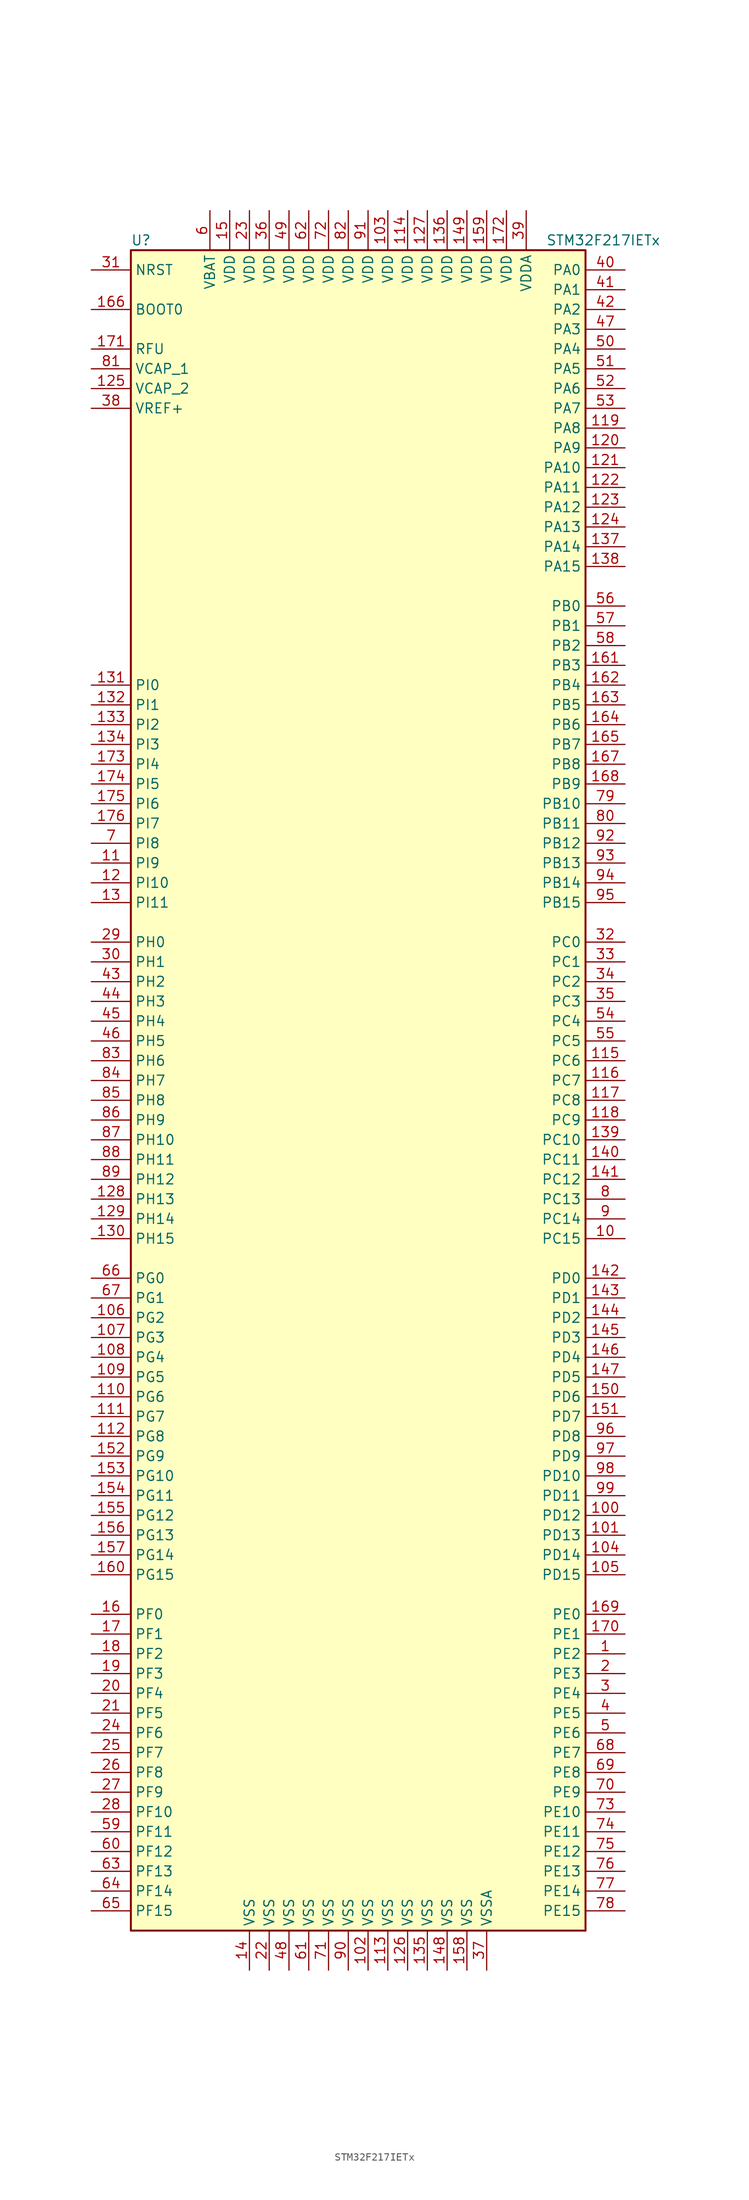
<source format=kicad_sym>
(kicad_symbol_lib
  (version 20211014)
  (generator kicad_symbol_editor)
  (symbol "STM32F217IETx"
    (property "Reference" "U"
      (at -30.48 107.95 0)
      (effects (font (size 1.27 1.27)) (justify left)))
    (property "Value" "STM32F217IETx"
      (at 22.86 107.95 0)
      (effects (font (size 1.27 1.27)) (justify left)))
    (symbol "STM32F217IETx_0_1"
      (rectangle (start -30.48 -109.22) (end 27.94 106.68) (stroke (width 0.254) (type default) (color 0 0 0 0)) (fill (type background))))
    (symbol "STM32F217IETx_1_1"
      (pin bidirectional line (at 33.02 -73.66 180) (length 5.08) (name "PE2" (effects (font (size 1.27 1.27)))) (number "1" (effects (font (size 1.27 1.27)))))
      (pin bidirectional line (at 33.02 -20.32 180) (length 5.08) (name "PC15" (effects (font (size 1.27 1.27)))) (number "10" (effects (font (size 1.27 1.27)))))
      (pin bidirectional line (at 33.02 -55.88 180) (length 5.08) (name "PD12" (effects (font (size 1.27 1.27)))) (number "100" (effects (font (size 1.27 1.27)))))
      (pin bidirectional line (at 33.02 -58.42 180) (length 5.08) (name "PD13" (effects (font (size 1.27 1.27)))) (number "101" (effects (font (size 1.27 1.27)))))
      (pin power_in line (at 0 -114.3 90) (length 5.08) (name "VSS" (effects (font (size 1.27 1.27)))) (number "102" (effects (font (size 1.27 1.27)))))
      (pin power_in line (at 2.54 111.76 270) (length 5.08) (name "VDD" (effects (font (size 1.27 1.27)))) (number "103" (effects (font (size 1.27 1.27)))))
      (pin bidirectional line (at 33.02 -60.96 180) (length 5.08) (name "PD14" (effects (font (size 1.27 1.27)))) (number "104" (effects (font (size 1.27 1.27)))))
      (pin bidirectional line (at 33.02 -63.5 180) (length 5.08) (name "PD15" (effects (font (size 1.27 1.27)))) (number "105" (effects (font (size 1.27 1.27)))))
      (pin bidirectional line (at -35.56 -30.48 0) (length 5.08) (name "PG2" (effects (font (size 1.27 1.27)))) (number "106" (effects (font (size 1.27 1.27)))))
      (pin bidirectional line (at -35.56 -33.02 0) (length 5.08) (name "PG3" (effects (font (size 1.27 1.27)))) (number "107" (effects (font (size 1.27 1.27)))))
      (pin bidirectional line (at -35.56 -35.56 0) (length 5.08) (name "PG4" (effects (font (size 1.27 1.27)))) (number "108" (effects (font (size 1.27 1.27)))))
      (pin bidirectional line (at -35.56 -38.1 0) (length 5.08) (name "PG5" (effects (font (size 1.27 1.27)))) (number "109" (effects (font (size 1.27 1.27)))))
      (pin bidirectional line (at -35.56 27.94 0) (length 5.08) (name "PI9" (effects (font (size 1.27 1.27)))) (number "11" (effects (font (size 1.27 1.27)))))
      (pin bidirectional line (at -35.56 -40.64 0) (length 5.08) (name "PG6" (effects (font (size 1.27 1.27)))) (number "110" (effects (font (size 1.27 1.27)))))
      (pin bidirectional line (at -35.56 -43.18 0) (length 5.08) (name "PG7" (effects (font (size 1.27 1.27)))) (number "111" (effects (font (size 1.27 1.27)))))
      (pin bidirectional line (at -35.56 -45.72 0) (length 5.08) (name "PG8" (effects (font (size 1.27 1.27)))) (number "112" (effects (font (size 1.27 1.27)))))
      (pin power_in line (at 2.54 -114.3 90) (length 5.08) (name "VSS" (effects (font (size 1.27 1.27)))) (number "113" (effects (font (size 1.27 1.27)))))
      (pin power_in line (at 5.08 111.76 270) (length 5.08) (name "VDD" (effects (font (size 1.27 1.27)))) (number "114" (effects (font (size 1.27 1.27)))))
      (pin bidirectional line (at 33.02 2.54 180) (length 5.08) (name "PC6" (effects (font (size 1.27 1.27)))) (number "115" (effects (font (size 1.27 1.27)))))
      (pin bidirectional line (at 33.02 0 180) (length 5.08) (name "PC7" (effects (font (size 1.27 1.27)))) (number "116" (effects (font (size 1.27 1.27)))))
      (pin bidirectional line (at 33.02 -2.54 180) (length 5.08) (name "PC8" (effects (font (size 1.27 1.27)))) (number "117" (effects (font (size 1.27 1.27)))))
      (pin bidirectional line (at 33.02 -5.08 180) (length 5.08) (name "PC9" (effects (font (size 1.27 1.27)))) (number "118" (effects (font (size 1.27 1.27)))))
      (pin bidirectional line (at 33.02 83.82 180) (length 5.08) (name "PA8" (effects (font (size 1.27 1.27)))) (number "119" (effects (font (size 1.27 1.27)))))
      (pin bidirectional line (at -35.56 25.4 0) (length 5.08) (name "PI10" (effects (font (size 1.27 1.27)))) (number "12" (effects (font (size 1.27 1.27)))))
      (pin bidirectional line (at 33.02 81.28 180) (length 5.08) (name "PA9" (effects (font (size 1.27 1.27)))) (number "120" (effects (font (size 1.27 1.27)))))
      (pin bidirectional line (at 33.02 78.74 180) (length 5.08) (name "PA10" (effects (font (size 1.27 1.27)))) (number "121" (effects (font (size 1.27 1.27)))))
      (pin bidirectional line (at 33.02 76.2 180) (length 5.08) (name "PA11" (effects (font (size 1.27 1.27)))) (number "122" (effects (font (size 1.27 1.27)))))
      (pin bidirectional line (at 33.02 73.66 180) (length 5.08) (name "PA12" (effects (font (size 1.27 1.27)))) (number "123" (effects (font (size 1.27 1.27)))))
      (pin bidirectional line (at 33.02 71.12 180) (length 5.08) (name "PA13" (effects (font (size 1.27 1.27)))) (number "124" (effects (font (size 1.27 1.27)))))
      (pin power_in line (at -35.56 88.9 0) (length 5.08) (name "VCAP_2" (effects (font (size 1.27 1.27)))) (number "125" (effects (font (size 1.27 1.27)))))
      (pin power_in line (at 5.08 -114.3 90) (length 5.08) (name "VSS" (effects (font (size 1.27 1.27)))) (number "126" (effects (font (size 1.27 1.27)))))
      (pin power_in line (at 7.62 111.76 270) (length 5.08) (name "VDD" (effects (font (size 1.27 1.27)))) (number "127" (effects (font (size 1.27 1.27)))))
      (pin bidirectional line (at -35.56 -15.24 0) (length 5.08) (name "PH13" (effects (font (size 1.27 1.27)))) (number "128" (effects (font (size 1.27 1.27)))))
      (pin bidirectional line (at -35.56 -17.78 0) (length 5.08) (name "PH14" (effects (font (size 1.27 1.27)))) (number "129" (effects (font (size 1.27 1.27)))))
      (pin bidirectional line (at -35.56 22.86 0) (length 5.08) (name "PI11" (effects (font (size 1.27 1.27)))) (number "13" (effects (font (size 1.27 1.27)))))
      (pin bidirectional line (at -35.56 -20.32 0) (length 5.08) (name "PH15" (effects (font (size 1.27 1.27)))) (number "130" (effects (font (size 1.27 1.27)))))
      (pin bidirectional line (at -35.56 50.8 0) (length 5.08) (name "PI0" (effects (font (size 1.27 1.27)))) (number "131" (effects (font (size 1.27 1.27)))))
      (pin bidirectional line (at -35.56 48.26 0) (length 5.08) (name "PI1" (effects (font (size 1.27 1.27)))) (number "132" (effects (font (size 1.27 1.27)))))
      (pin bidirectional line (at -35.56 45.72 0) (length 5.08) (name "PI2" (effects (font (size 1.27 1.27)))) (number "133" (effects (font (size 1.27 1.27)))))
      (pin bidirectional line (at -35.56 43.18 0) (length 5.08) (name "PI3" (effects (font (size 1.27 1.27)))) (number "134" (effects (font (size 1.27 1.27)))))
      (pin power_in line (at 7.62 -114.3 90) (length 5.08) (name "VSS" (effects (font (size 1.27 1.27)))) (number "135" (effects (font (size 1.27 1.27)))))
      (pin power_in line (at 10.16 111.76 270) (length 5.08) (name "VDD" (effects (font (size 1.27 1.27)))) (number "136" (effects (font (size 1.27 1.27)))))
      (pin bidirectional line (at 33.02 68.58 180) (length 5.08) (name "PA14" (effects (font (size 1.27 1.27)))) (number "137" (effects (font (size 1.27 1.27)))))
      (pin bidirectional line (at 33.02 66.04 180) (length 5.08) (name "PA15" (effects (font (size 1.27 1.27)))) (number "138" (effects (font (size 1.27 1.27)))))
      (pin bidirectional line (at 33.02 -7.62 180) (length 5.08) (name "PC10" (effects (font (size 1.27 1.27)))) (number "139" (effects (font (size 1.27 1.27)))))
      (pin power_in line (at -15.24 -114.3 90) (length 5.08) (name "VSS" (effects (font (size 1.27 1.27)))) (number "14" (effects (font (size 1.27 1.27)))))
      (pin bidirectional line (at 33.02 -10.16 180) (length 5.08) (name "PC11" (effects (font (size 1.27 1.27)))) (number "140" (effects (font (size 1.27 1.27)))))
      (pin bidirectional line (at 33.02 -12.7 180) (length 5.08) (name "PC12" (effects (font (size 1.27 1.27)))) (number "141" (effects (font (size 1.27 1.27)))))
      (pin bidirectional line (at 33.02 -25.4 180) (length 5.08) (name "PD0" (effects (font (size 1.27 1.27)))) (number "142" (effects (font (size 1.27 1.27)))))
      (pin bidirectional line (at 33.02 -27.94 180) (length 5.08) (name "PD1" (effects (font (size 1.27 1.27)))) (number "143" (effects (font (size 1.27 1.27)))))
      (pin bidirectional line (at 33.02 -30.48 180) (length 5.08) (name "PD2" (effects (font (size 1.27 1.27)))) (number "144" (effects (font (size 1.27 1.27)))))
      (pin bidirectional line (at 33.02 -33.02 180) (length 5.08) (name "PD3" (effects (font (size 1.27 1.27)))) (number "145" (effects (font (size 1.27 1.27)))))
      (pin bidirectional line (at 33.02 -35.56 180) (length 5.08) (name "PD4" (effects (font (size 1.27 1.27)))) (number "146" (effects (font (size 1.27 1.27)))))
      (pin bidirectional line (at 33.02 -38.1 180) (length 5.08) (name "PD5" (effects (font (size 1.27 1.27)))) (number "147" (effects (font (size 1.27 1.27)))))
      (pin power_in line (at 10.16 -114.3 90) (length 5.08) (name "VSS" (effects (font (size 1.27 1.27)))) (number "148" (effects (font (size 1.27 1.27)))))
      (pin power_in line (at 12.7 111.76 270) (length 5.08) (name "VDD" (effects (font (size 1.27 1.27)))) (number "149" (effects (font (size 1.27 1.27)))))
      (pin power_in line (at -17.78 111.76 270) (length 5.08) (name "VDD" (effects (font (size 1.27 1.27)))) (number "15" (effects (font (size 1.27 1.27)))))
      (pin bidirectional line (at 33.02 -40.64 180) (length 5.08) (name "PD6" (effects (font (size 1.27 1.27)))) (number "150" (effects (font (size 1.27 1.27)))))
      (pin bidirectional line (at 33.02 -43.18 180) (length 5.08) (name "PD7" (effects (font (size 1.27 1.27)))) (number "151" (effects (font (size 1.27 1.27)))))
      (pin bidirectional line (at -35.56 -48.26 0) (length 5.08) (name "PG9" (effects (font (size 1.27 1.27)))) (number "152" (effects (font (size 1.27 1.27)))))
      (pin bidirectional line (at -35.56 -50.8 0) (length 5.08) (name "PG10" (effects (font (size 1.27 1.27)))) (number "153" (effects (font (size 1.27 1.27)))))
      (pin bidirectional line (at -35.56 -53.34 0) (length 5.08) (name "PG11" (effects (font (size 1.27 1.27)))) (number "154" (effects (font (size 1.27 1.27)))))
      (pin bidirectional line (at -35.56 -55.88 0) (length 5.08) (name "PG12" (effects (font (size 1.27 1.27)))) (number "155" (effects (font (size 1.27 1.27)))))
      (pin bidirectional line (at -35.56 -58.42 0) (length 5.08) (name "PG13" (effects (font (size 1.27 1.27)))) (number "156" (effects (font (size 1.27 1.27)))))
      (pin bidirectional line (at -35.56 -60.96 0) (length 5.08) (name "PG14" (effects (font (size 1.27 1.27)))) (number "157" (effects (font (size 1.27 1.27)))))
      (pin power_in line (at 12.7 -114.3 90) (length 5.08) (name "VSS" (effects (font (size 1.27 1.27)))) (number "158" (effects (font (size 1.27 1.27)))))
      (pin power_in line (at 15.24 111.76 270) (length 5.08) (name "VDD" (effects (font (size 1.27 1.27)))) (number "159" (effects (font (size 1.27 1.27)))))
      (pin bidirectional line (at -35.56 -68.58 0) (length 5.08) (name "PF0" (effects (font (size 1.27 1.27)))) (number "16" (effects (font (size 1.27 1.27)))))
      (pin bidirectional line (at -35.56 -63.5 0) (length 5.08) (name "PG15" (effects (font (size 1.27 1.27)))) (number "160" (effects (font (size 1.27 1.27)))))
      (pin bidirectional line (at 33.02 53.34 180) (length 5.08) (name "PB3" (effects (font (size 1.27 1.27)))) (number "161" (effects (font (size 1.27 1.27)))))
      (pin bidirectional line (at 33.02 50.8 180) (length 5.08) (name "PB4" (effects (font (size 1.27 1.27)))) (number "162" (effects (font (size 1.27 1.27)))))
      (pin bidirectional line (at 33.02 48.26 180) (length 5.08) (name "PB5" (effects (font (size 1.27 1.27)))) (number "163" (effects (font (size 1.27 1.27)))))
      (pin bidirectional line (at 33.02 45.72 180) (length 5.08) (name "PB6" (effects (font (size 1.27 1.27)))) (number "164" (effects (font (size 1.27 1.27)))))
      (pin bidirectional line (at 33.02 43.18 180) (length 5.08) (name "PB7" (effects (font (size 1.27 1.27)))) (number "165" (effects (font (size 1.27 1.27)))))
      (pin input line (at -35.56 99.06 0) (length 5.08) (name "BOOT0" (effects (font (size 1.27 1.27)))) (number "166" (effects (font (size 1.27 1.27)))))
      (pin bidirectional line (at 33.02 40.64 180) (length 5.08) (name "PB8" (effects (font (size 1.27 1.27)))) (number "167" (effects (font (size 1.27 1.27)))))
      (pin bidirectional line (at 33.02 38.1 180) (length 5.08) (name "PB9" (effects (font (size 1.27 1.27)))) (number "168" (effects (font (size 1.27 1.27)))))
      (pin bidirectional line (at 33.02 -68.58 180) (length 5.08) (name "PE0" (effects (font (size 1.27 1.27)))) (number "169" (effects (font (size 1.27 1.27)))))
      (pin bidirectional line (at -35.56 -71.12 0) (length 5.08) (name "PF1" (effects (font (size 1.27 1.27)))) (number "17" (effects (font (size 1.27 1.27)))))
      (pin bidirectional line (at 33.02 -71.12 180) (length 5.08) (name "PE1" (effects (font (size 1.27 1.27)))) (number "170" (effects (font (size 1.27 1.27)))))
      (pin power_in line (at -35.56 93.98 0) (length 5.08) (name "RFU" (effects (font (size 1.27 1.27)))) (number "171" (effects (font (size 1.27 1.27)))))
      (pin power_in line (at 17.78 111.76 270) (length 5.08) (name "VDD" (effects (font (size 1.27 1.27)))) (number "172" (effects (font (size 1.27 1.27)))))
      (pin bidirectional line (at -35.56 40.64 0) (length 5.08) (name "PI4" (effects (font (size 1.27 1.27)))) (number "173" (effects (font (size 1.27 1.27)))))
      (pin bidirectional line (at -35.56 38.1 0) (length 5.08) (name "PI5" (effects (font (size 1.27 1.27)))) (number "174" (effects (font (size 1.27 1.27)))))
      (pin bidirectional line (at -35.56 35.56 0) (length 5.08) (name "PI6" (effects (font (size 1.27 1.27)))) (number "175" (effects (font (size 1.27 1.27)))))
      (pin bidirectional line (at -35.56 33.02 0) (length 5.08) (name "PI7" (effects (font (size 1.27 1.27)))) (number "176" (effects (font (size 1.27 1.27)))))
      (pin bidirectional line (at -35.56 -73.66 0) (length 5.08) (name "PF2" (effects (font (size 1.27 1.27)))) (number "18" (effects (font (size 1.27 1.27)))))
      (pin bidirectional line (at -35.56 -76.2 0) (length 5.08) (name "PF3" (effects (font (size 1.27 1.27)))) (number "19" (effects (font (size 1.27 1.27)))))
      (pin bidirectional line (at 33.02 -76.2 180) (length 5.08) (name "PE3" (effects (font (size 1.27 1.27)))) (number "2" (effects (font (size 1.27 1.27)))))
      (pin bidirectional line (at -35.56 -78.74 0) (length 5.08) (name "PF4" (effects (font (size 1.27 1.27)))) (number "20" (effects (font (size 1.27 1.27)))))
      (pin bidirectional line (at -35.56 -81.28 0) (length 5.08) (name "PF5" (effects (font (size 1.27 1.27)))) (number "21" (effects (font (size 1.27 1.27)))))
      (pin power_in line (at -12.7 -114.3 90) (length 5.08) (name "VSS" (effects (font (size 1.27 1.27)))) (number "22" (effects (font (size 1.27 1.27)))))
      (pin power_in line (at -15.24 111.76 270) (length 5.08) (name "VDD" (effects (font (size 1.27 1.27)))) (number "23" (effects (font (size 1.27 1.27)))))
      (pin bidirectional line (at -35.56 -83.82 0) (length 5.08) (name "PF6" (effects (font (size 1.27 1.27)))) (number "24" (effects (font (size 1.27 1.27)))))
      (pin bidirectional line (at -35.56 -86.36 0) (length 5.08) (name "PF7" (effects (font (size 1.27 1.27)))) (number "25" (effects (font (size 1.27 1.27)))))
      (pin bidirectional line (at -35.56 -88.9 0) (length 5.08) (name "PF8" (effects (font (size 1.27 1.27)))) (number "26" (effects (font (size 1.27 1.27)))))
      (pin bidirectional line (at -35.56 -91.44 0) (length 5.08) (name "PF9" (effects (font (size 1.27 1.27)))) (number "27" (effects (font (size 1.27 1.27)))))
      (pin bidirectional line (at -35.56 -93.98 0) (length 5.08) (name "PF10" (effects (font (size 1.27 1.27)))) (number "28" (effects (font (size 1.27 1.27)))))
      (pin input line (at -35.56 17.78 0) (length 5.08) (name "PH0" (effects (font (size 1.27 1.27)))) (number "29" (effects (font (size 1.27 1.27)))))
      (pin bidirectional line (at 33.02 -78.74 180) (length 5.08) (name "PE4" (effects (font (size 1.27 1.27)))) (number "3" (effects (font (size 1.27 1.27)))))
      (pin input line (at -35.56 15.24 0) (length 5.08) (name "PH1" (effects (font (size 1.27 1.27)))) (number "30" (effects (font (size 1.27 1.27)))))
      (pin input line (at -35.56 104.14 0) (length 5.08) (name "NRST" (effects (font (size 1.27 1.27)))) (number "31" (effects (font (size 1.27 1.27)))))
      (pin bidirectional line (at 33.02 17.78 180) (length 5.08) (name "PC0" (effects (font (size 1.27 1.27)))) (number "32" (effects (font (size 1.27 1.27)))))
      (pin bidirectional line (at 33.02 15.24 180) (length 5.08) (name "PC1" (effects (font (size 1.27 1.27)))) (number "33" (effects (font (size 1.27 1.27)))))
      (pin bidirectional line (at 33.02 12.7 180) (length 5.08) (name "PC2" (effects (font (size 1.27 1.27)))) (number "34" (effects (font (size 1.27 1.27)))))
      (pin bidirectional line (at 33.02 10.16 180) (length 5.08) (name "PC3" (effects (font (size 1.27 1.27)))) (number "35" (effects (font (size 1.27 1.27)))))
      (pin power_in line (at -12.7 111.76 270) (length 5.08) (name "VDD" (effects (font (size 1.27 1.27)))) (number "36" (effects (font (size 1.27 1.27)))))
      (pin power_in line (at 15.24 -114.3 90) (length 5.08) (name "VSSA" (effects (font (size 1.27 1.27)))) (number "37" (effects (font (size 1.27 1.27)))))
      (pin power_in line (at -35.56 86.36 0) (length 5.08) (name "VREF+" (effects (font (size 1.27 1.27)))) (number "38" (effects (font (size 1.27 1.27)))))
      (pin power_in line (at 20.32 111.76 270) (length 5.08) (name "VDDA" (effects (font (size 1.27 1.27)))) (number "39" (effects (font (size 1.27 1.27)))))
      (pin bidirectional line (at 33.02 -81.28 180) (length 5.08) (name "PE5" (effects (font (size 1.27 1.27)))) (number "4" (effects (font (size 1.27 1.27)))))
      (pin bidirectional line (at 33.02 104.14 180) (length 5.08) (name "PA0" (effects (font (size 1.27 1.27)))) (number "40" (effects (font (size 1.27 1.27)))))
      (pin bidirectional line (at 33.02 101.6 180) (length 5.08) (name "PA1" (effects (font (size 1.27 1.27)))) (number "41" (effects (font (size 1.27 1.27)))))
      (pin bidirectional line (at 33.02 99.06 180) (length 5.08) (name "PA2" (effects (font (size 1.27 1.27)))) (number "42" (effects (font (size 1.27 1.27)))))
      (pin bidirectional line (at -35.56 12.7 0) (length 5.08) (name "PH2" (effects (font (size 1.27 1.27)))) (number "43" (effects (font (size 1.27 1.27)))))
      (pin bidirectional line (at -35.56 10.16 0) (length 5.08) (name "PH3" (effects (font (size 1.27 1.27)))) (number "44" (effects (font (size 1.27 1.27)))))
      (pin bidirectional line (at -35.56 7.62 0) (length 5.08) (name "PH4" (effects (font (size 1.27 1.27)))) (number "45" (effects (font (size 1.27 1.27)))))
      (pin bidirectional line (at -35.56 5.08 0) (length 5.08) (name "PH5" (effects (font (size 1.27 1.27)))) (number "46" (effects (font (size 1.27 1.27)))))
      (pin bidirectional line (at 33.02 96.52 180) (length 5.08) (name "PA3" (effects (font (size 1.27 1.27)))) (number "47" (effects (font (size 1.27 1.27)))))
      (pin power_in line (at -10.16 -114.3 90) (length 5.08) (name "VSS" (effects (font (size 1.27 1.27)))) (number "48" (effects (font (size 1.27 1.27)))))
      (pin power_in line (at -10.16 111.76 270) (length 5.08) (name "VDD" (effects (font (size 1.27 1.27)))) (number "49" (effects (font (size 1.27 1.27)))))
      (pin bidirectional line (at 33.02 -83.82 180) (length 5.08) (name "PE6" (effects (font (size 1.27 1.27)))) (number "5" (effects (font (size 1.27 1.27)))))
      (pin bidirectional line (at 33.02 93.98 180) (length 5.08) (name "PA4" (effects (font (size 1.27 1.27)))) (number "50" (effects (font (size 1.27 1.27)))))
      (pin bidirectional line (at 33.02 91.44 180) (length 5.08) (name "PA5" (effects (font (size 1.27 1.27)))) (number "51" (effects (font (size 1.27 1.27)))))
      (pin bidirectional line (at 33.02 88.9 180) (length 5.08) (name "PA6" (effects (font (size 1.27 1.27)))) (number "52" (effects (font (size 1.27 1.27)))))
      (pin bidirectional line (at 33.02 86.36 180) (length 5.08) (name "PA7" (effects (font (size 1.27 1.27)))) (number "53" (effects (font (size 1.27 1.27)))))
      (pin bidirectional line (at 33.02 7.62 180) (length 5.08) (name "PC4" (effects (font (size 1.27 1.27)))) (number "54" (effects (font (size 1.27 1.27)))))
      (pin bidirectional line (at 33.02 5.08 180) (length 5.08) (name "PC5" (effects (font (size 1.27 1.27)))) (number "55" (effects (font (size 1.27 1.27)))))
      (pin bidirectional line (at 33.02 60.96 180) (length 5.08) (name "PB0" (effects (font (size 1.27 1.27)))) (number "56" (effects (font (size 1.27 1.27)))))
      (pin bidirectional line (at 33.02 58.42 180) (length 5.08) (name "PB1" (effects (font (size 1.27 1.27)))) (number "57" (effects (font (size 1.27 1.27)))))
      (pin bidirectional line (at 33.02 55.88 180) (length 5.08) (name "PB2" (effects (font (size 1.27 1.27)))) (number "58" (effects (font (size 1.27 1.27)))))
      (pin bidirectional line (at -35.56 -96.52 0) (length 5.08) (name "PF11" (effects (font (size 1.27 1.27)))) (number "59" (effects (font (size 1.27 1.27)))))
      (pin power_in line (at -20.32 111.76 270) (length 5.08) (name "VBAT" (effects (font (size 1.27 1.27)))) (number "6" (effects (font (size 1.27 1.27)))))
      (pin bidirectional line (at -35.56 -99.06 0) (length 5.08) (name "PF12" (effects (font (size 1.27 1.27)))) (number "60" (effects (font (size 1.27 1.27)))))
      (pin power_in line (at -7.62 -114.3 90) (length 5.08) (name "VSS" (effects (font (size 1.27 1.27)))) (number "61" (effects (font (size 1.27 1.27)))))
      (pin power_in line (at -7.62 111.76 270) (length 5.08) (name "VDD" (effects (font (size 1.27 1.27)))) (number "62" (effects (font (size 1.27 1.27)))))
      (pin bidirectional line (at -35.56 -101.6 0) (length 5.08) (name "PF13" (effects (font (size 1.27 1.27)))) (number "63" (effects (font (size 1.27 1.27)))))
      (pin bidirectional line (at -35.56 -104.14 0) (length 5.08) (name "PF14" (effects (font (size 1.27 1.27)))) (number "64" (effects (font (size 1.27 1.27)))))
      (pin bidirectional line (at -35.56 -106.68 0) (length 5.08) (name "PF15" (effects (font (size 1.27 1.27)))) (number "65" (effects (font (size 1.27 1.27)))))
      (pin bidirectional line (at -35.56 -25.4 0) (length 5.08) (name "PG0" (effects (font (size 1.27 1.27)))) (number "66" (effects (font (size 1.27 1.27)))))
      (pin bidirectional line (at -35.56 -27.94 0) (length 5.08) (name "PG1" (effects (font (size 1.27 1.27)))) (number "67" (effects (font (size 1.27 1.27)))))
      (pin bidirectional line (at 33.02 -86.36 180) (length 5.08) (name "PE7" (effects (font (size 1.27 1.27)))) (number "68" (effects (font (size 1.27 1.27)))))
      (pin bidirectional line (at 33.02 -88.9 180) (length 5.08) (name "PE8" (effects (font (size 1.27 1.27)))) (number "69" (effects (font (size 1.27 1.27)))))
      (pin bidirectional line (at -35.56 30.48 0) (length 5.08) (name "PI8" (effects (font (size 1.27 1.27)))) (number "7" (effects (font (size 1.27 1.27)))))
      (pin bidirectional line (at 33.02 -91.44 180) (length 5.08) (name "PE9" (effects (font (size 1.27 1.27)))) (number "70" (effects (font (size 1.27 1.27)))))
      (pin power_in line (at -5.08 -114.3 90) (length 5.08) (name "VSS" (effects (font (size 1.27 1.27)))) (number "71" (effects (font (size 1.27 1.27)))))
      (pin power_in line (at -5.08 111.76 270) (length 5.08) (name "VDD" (effects (font (size 1.27 1.27)))) (number "72" (effects (font (size 1.27 1.27)))))
      (pin bidirectional line (at 33.02 -93.98 180) (length 5.08) (name "PE10" (effects (font (size 1.27 1.27)))) (number "73" (effects (font (size 1.27 1.27)))))
      (pin bidirectional line (at 33.02 -96.52 180) (length 5.08) (name "PE11" (effects (font (size 1.27 1.27)))) (number "74" (effects (font (size 1.27 1.27)))))
      (pin bidirectional line (at 33.02 -99.06 180) (length 5.08) (name "PE12" (effects (font (size 1.27 1.27)))) (number "75" (effects (font (size 1.27 1.27)))))
      (pin bidirectional line (at 33.02 -101.6 180) (length 5.08) (name "PE13" (effects (font (size 1.27 1.27)))) (number "76" (effects (font (size 1.27 1.27)))))
      (pin bidirectional line (at 33.02 -104.14 180) (length 5.08) (name "PE14" (effects (font (size 1.27 1.27)))) (number "77" (effects (font (size 1.27 1.27)))))
      (pin bidirectional line (at 33.02 -106.68 180) (length 5.08) (name "PE15" (effects (font (size 1.27 1.27)))) (number "78" (effects (font (size 1.27 1.27)))))
      (pin bidirectional line (at 33.02 35.56 180) (length 5.08) (name "PB10" (effects (font (size 1.27 1.27)))) (number "79" (effects (font (size 1.27 1.27)))))
      (pin bidirectional line (at 33.02 -15.24 180) (length 5.08) (name "PC13" (effects (font (size 1.27 1.27)))) (number "8" (effects (font (size 1.27 1.27)))))
      (pin bidirectional line (at 33.02 33.02 180) (length 5.08) (name "PB11" (effects (font (size 1.27 1.27)))) (number "80" (effects (font (size 1.27 1.27)))))
      (pin power_in line (at -35.56 91.44 0) (length 5.08) (name "VCAP_1" (effects (font (size 1.27 1.27)))) (number "81" (effects (font (size 1.27 1.27)))))
      (pin power_in line (at -2.54 111.76 270) (length 5.08) (name "VDD" (effects (font (size 1.27 1.27)))) (number "82" (effects (font (size 1.27 1.27)))))
      (pin bidirectional line (at -35.56 2.54 0) (length 5.08) (name "PH6" (effects (font (size 1.27 1.27)))) (number "83" (effects (font (size 1.27 1.27)))))
      (pin bidirectional line (at -35.56 0 0) (length 5.08) (name "PH7" (effects (font (size 1.27 1.27)))) (number "84" (effects (font (size 1.27 1.27)))))
      (pin bidirectional line (at -35.56 -2.54 0) (length 5.08) (name "PH8" (effects (font (size 1.27 1.27)))) (number "85" (effects (font (size 1.27 1.27)))))
      (pin bidirectional line (at -35.56 -5.08 0) (length 5.08) (name "PH9" (effects (font (size 1.27 1.27)))) (number "86" (effects (font (size 1.27 1.27)))))
      (pin bidirectional line (at -35.56 -7.62 0) (length 5.08) (name "PH10" (effects (font (size 1.27 1.27)))) (number "87" (effects (font (size 1.27 1.27)))))
      (pin bidirectional line (at -35.56 -10.16 0) (length 5.08) (name "PH11" (effects (font (size 1.27 1.27)))) (number "88" (effects (font (size 1.27 1.27)))))
      (pin bidirectional line (at -35.56 -12.7 0) (length 5.08) (name "PH12" (effects (font (size 1.27 1.27)))) (number "89" (effects (font (size 1.27 1.27)))))
      (pin bidirectional line (at 33.02 -17.78 180) (length 5.08) (name "PC14" (effects (font (size 1.27 1.27)))) (number "9" (effects (font (size 1.27 1.27)))))
      (pin power_in line (at -2.54 -114.3 90) (length 5.08) (name "VSS" (effects (font (size 1.27 1.27)))) (number "90" (effects (font (size 1.27 1.27)))))
      (pin power_in line (at 0 111.76 270) (length 5.08) (name "VDD" (effects (font (size 1.27 1.27)))) (number "91" (effects (font (size 1.27 1.27)))))
      (pin bidirectional line (at 33.02 30.48 180) (length 5.08) (name "PB12" (effects (font (size 1.27 1.27)))) (number "92" (effects (font (size 1.27 1.27)))))
      (pin bidirectional line (at 33.02 27.94 180) (length 5.08) (name "PB13" (effects (font (size 1.27 1.27)))) (number "93" (effects (font (size 1.27 1.27)))))
      (pin bidirectional line (at 33.02 25.4 180) (length 5.08) (name "PB14" (effects (font (size 1.27 1.27)))) (number "94" (effects (font (size 1.27 1.27)))))
      (pin bidirectional line (at 33.02 22.86 180) (length 5.08) (name "PB15" (effects (font (size 1.27 1.27)))) (number "95" (effects (font (size 1.27 1.27)))))
      (pin bidirectional line (at 33.02 -45.72 180) (length 5.08) (name "PD8" (effects (font (size 1.27 1.27)))) (number "96" (effects (font (size 1.27 1.27)))))
      (pin bidirectional line (at 33.02 -48.26 180) (length 5.08) (name "PD9" (effects (font (size 1.27 1.27)))) (number "97" (effects (font (size 1.27 1.27)))))
      (pin bidirectional line (at 33.02 -50.8 180) (length 5.08) (name "PD10" (effects (font (size 1.27 1.27)))) (number "98" (effects (font (size 1.27 1.27)))))
      (pin bidirectional line (at 33.02 -53.34 180) (length 5.08) (name "PD11" (effects (font (size 1.27 1.27)))) (number "99" (effects (font (size 1.27 1.27))))))))
</source>
